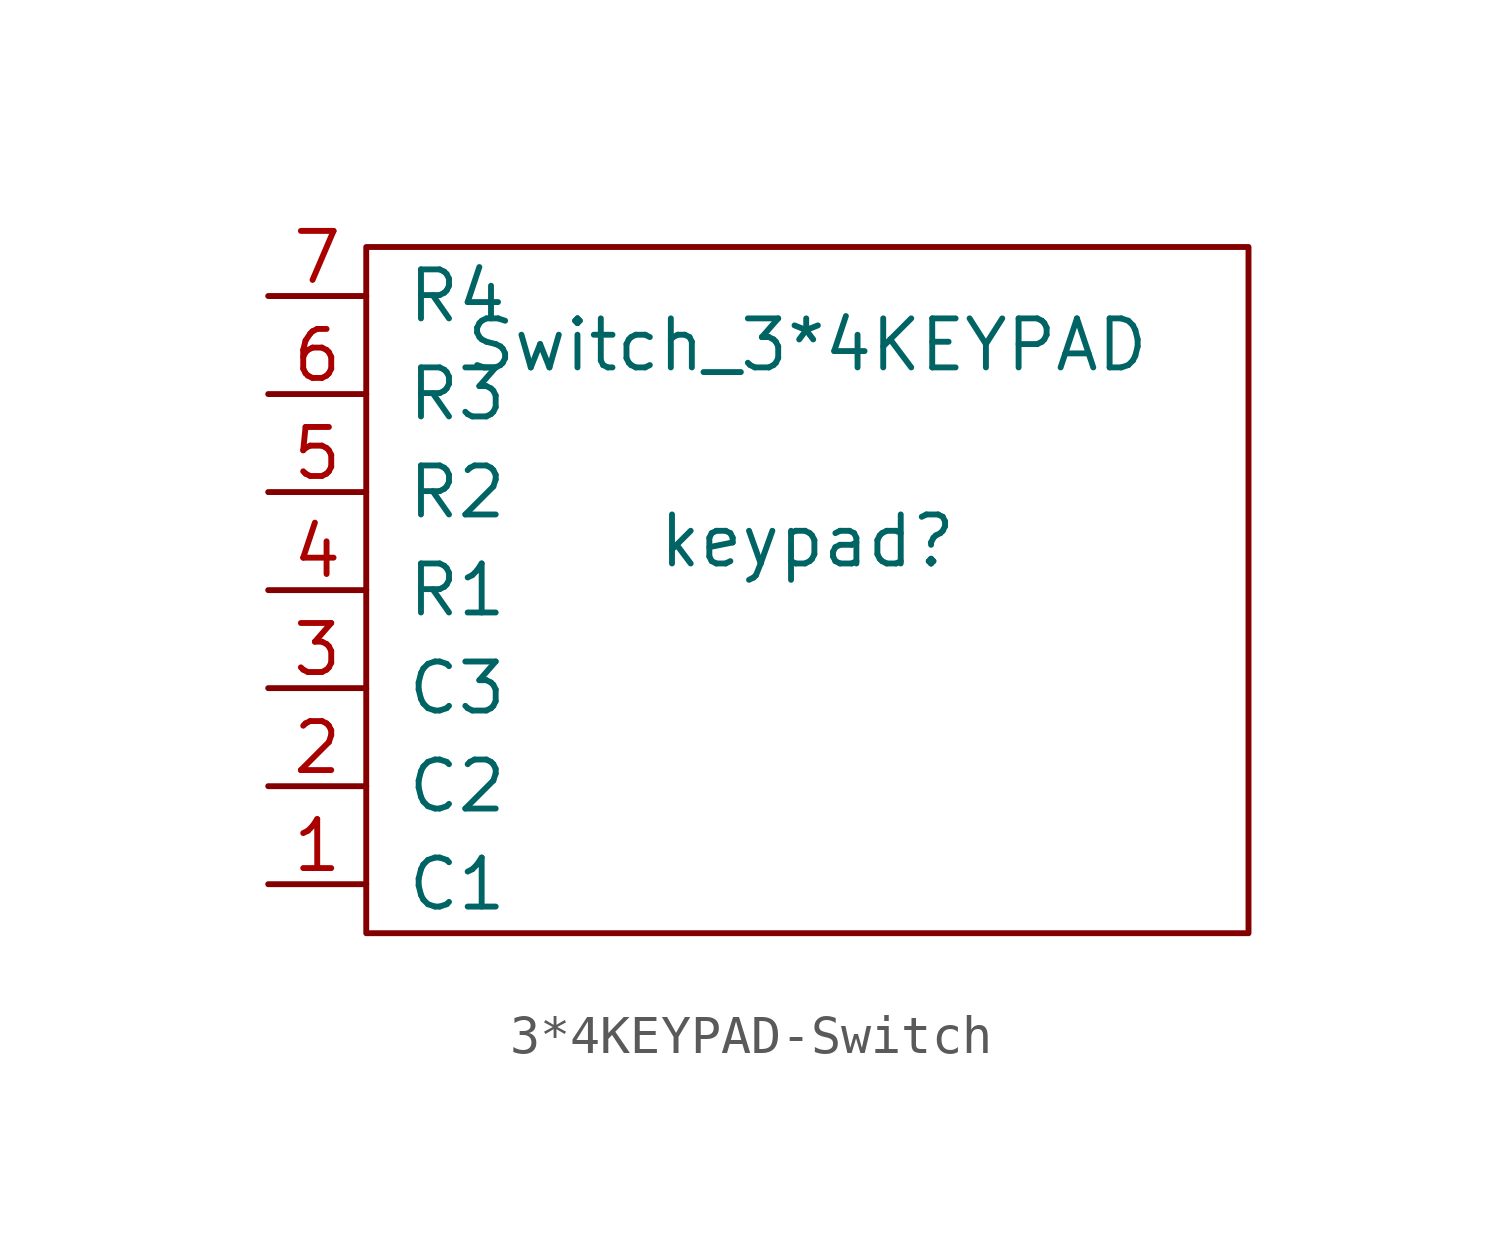
<source format=kicad_sym>
(kicad_symbol_lib
  (version 20231120)
  (generator "kicad_symbol_editor")
  (generator_version "8.0")
  (symbol "3*4KEYPAD-Switch"
    (pin_names
      (offset 1.016))
    (property "Reference" "keypad"
      (at 13.97 10.16 0)
      (effects (font (size 1.27 1.27))))
    (property "Value" "Switch_3*4KEYPAD"
      (at 13.97 15.24 0)
      (effects (font (size 1.27 1.27))))
    (symbol "3*4KEYPAD-Switch_0_1"
      (rectangle (start 2.54 17.78) (end 25.4 0) (stroke (width 0) (type solid)) (fill (type none))))
    (symbol "3*4KEYPAD-Switch_1_1"
      (pin bidirectional line (at 0 1.27 0) (length 2.54) (name "C1" (effects (font (size 1.27 1.27)))) (number "1" (effects (font (size 1.27 1.27)))))
      (pin bidirectional line (at 0 3.81 0) (length 2.54) (name "C2" (effects (font (size 1.27 1.27)))) (number "2" (effects (font (size 1.27 1.27)))))
      (pin bidirectional line (at 0 6.35 0) (length 2.54) (name "C3" (effects (font (size 1.27 1.27)))) (number "3" (effects (font (size 1.27 1.27)))))
      (pin bidirectional line (at 0 8.89 0) (length 2.54) (name "R1" (effects (font (size 1.27 1.27)))) (number "4" (effects (font (size 1.27 1.27)))))
      (pin bidirectional line (at 0 11.43 0) (length 2.54) (name "R2" (effects (font (size 1.27 1.27)))) (number "5" (effects (font (size 1.27 1.27)))))
      (pin bidirectional line (at 0 13.97 0) (length 2.54) (name "R3" (effects (font (size 1.27 1.27)))) (number "6" (effects (font (size 1.27 1.27)))))
      (pin bidirectional line (at 0 16.51 0) (length 2.54) (name "R4" (effects (font (size 1.27 1.27)))) (number "7" (effects (font (size 1.27 1.27))))))))
</source>
